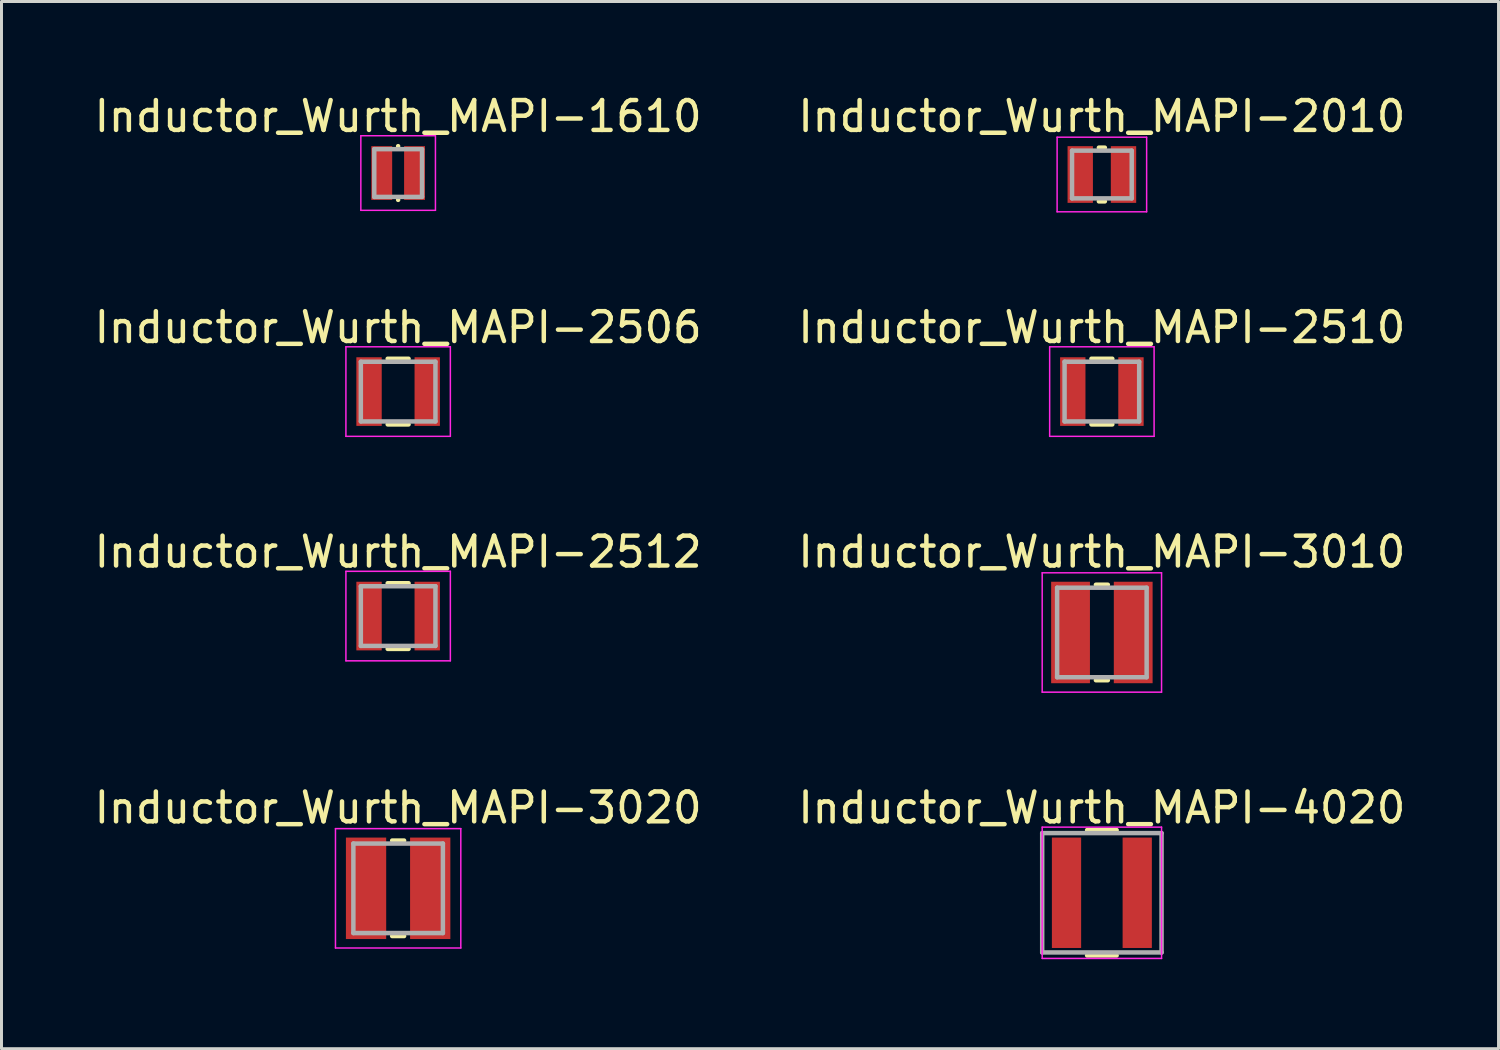
<source format=kicad_pcb>
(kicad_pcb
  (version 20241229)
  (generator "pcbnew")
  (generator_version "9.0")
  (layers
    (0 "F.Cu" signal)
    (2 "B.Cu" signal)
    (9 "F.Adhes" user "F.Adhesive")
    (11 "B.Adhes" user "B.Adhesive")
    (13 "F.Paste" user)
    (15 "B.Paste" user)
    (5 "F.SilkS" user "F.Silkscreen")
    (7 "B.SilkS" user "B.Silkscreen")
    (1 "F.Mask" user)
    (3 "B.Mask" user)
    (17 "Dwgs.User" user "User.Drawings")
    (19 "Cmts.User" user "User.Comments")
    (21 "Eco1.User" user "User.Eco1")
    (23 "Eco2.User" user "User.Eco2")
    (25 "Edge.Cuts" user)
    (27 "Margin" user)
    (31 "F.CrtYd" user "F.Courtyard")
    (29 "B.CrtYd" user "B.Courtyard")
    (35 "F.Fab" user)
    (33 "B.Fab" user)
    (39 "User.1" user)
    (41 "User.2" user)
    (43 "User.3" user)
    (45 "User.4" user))
  (footprint "Inductor_Wurth_MAPI-4020"
    (layer "F.Cu")
    (at 33.875 26.868)
    (property "Reference" "Inductor_Wurth_MAPI-4020" (at 0 -2.85 0) (layer "F.SilkS") (effects (font (size 1 1) (thickness 0.15))))
    (attr smd)
    (fp_line (start -0.495 -2.1) (end 0.495 -2.1) (stroke (width 0.15) (type solid)) (layer "F.SilkS"))
    (fp_line (start -0.495 2.1) (end 0.495 2.1) (stroke (width 0.15) (type solid)) (layer "F.SilkS"))
    (fp_line (start -2 -2.2) (end -2 2.2) (stroke (width 0.05) (type solid)) (layer "F.CrtYd"))
    (fp_line (start -2 2.2) (end 2 2.2) (stroke (width 0.05) (type solid)) (layer "F.CrtYd"))
    (fp_line (start 2 -2.2) (end -2 -2.2) (stroke (width 0.05) (type solid)) (layer "F.CrtYd"))
    (fp_line (start 2 2.2) (end 2 -2.2) (stroke (width 0.05) (type solid)) (layer "F.CrtYd"))
    (fp_line (start -2 -2) (end -2 2) (stroke (width 0.15) (type solid)) (layer "F.Fab"))
    (fp_line (start -2 2) (end 2 2) (stroke (width 0.15) (type solid)) (layer "F.Fab"))
    (fp_line (start 2 -2) (end -2 -2) (stroke (width 0.15) (type solid)) (layer "F.Fab"))
    (fp_line (start 2 2) (end 2 -2) (stroke (width 0.15) (type solid)) (layer "F.Fab"))
    (pad "1" smd rect (at -1.185 0) (size 0.98 3.7) (layers "F.Cu" "F.Mask" "F.Paste"))
    (pad "2" smd rect (at 1.185 0) (size 0.98 3.7) (layers "F.Cu" "F.Mask" "F.Paste")))
  (footprint "Inductor_Wurth_MAPI-2510"
    (layer "F.Cu")
    (at 33.875 10.072)
    (property "Reference" "Inductor_Wurth_MAPI-2510" (at 0 -2.15 0) (layer "F.SilkS") (effects (font (size 1 1) (thickness 0.15))))
    (attr smd)
    (fp_line (start -0.35 -1.1) (end 0.35 -1.1) (stroke (width 0.15) (type solid)) (layer "F.SilkS"))
    (fp_line (start -0.35 1.1) (end 0.35 1.1) (stroke (width 0.15) (type solid)) (layer "F.SilkS"))
    (fp_line (start -1.75 -1.5) (end -1.75 1.5) (stroke (width 0.05) (type solid)) (layer "F.CrtYd"))
    (fp_line (start -1.75 1.5) (end 1.75 1.5) (stroke (width 0.05) (type solid)) (layer "F.CrtYd"))
    (fp_line (start 1.75 -1.5) (end -1.75 -1.5) (stroke (width 0.05) (type solid)) (layer "F.CrtYd"))
    (fp_line (start 1.75 1.5) (end 1.75 -1.5) (stroke (width 0.05) (type solid)) (layer "F.CrtYd"))
    (fp_line (start -1.25 -1) (end -1.25 1) (stroke (width 0.15) (type solid)) (layer "F.Fab"))
    (fp_line (start -1.25 1) (end 1.25 1) (stroke (width 0.15) (type solid)) (layer "F.Fab"))
    (fp_line (start 1.25 -1) (end -1.25 -1) (stroke (width 0.15) (type solid)) (layer "F.Fab"))
    (fp_line (start 1.25 1) (end 1.25 -1) (stroke (width 0.15) (type solid)) (layer "F.Fab"))
    (pad "1" smd rect (at -0.975 0) (size 0.85 2.3) (layers "F.Cu" "F.Mask" "F.Paste"))
    (pad "2" smd rect (at 0.975 0) (size 0.85 2.3) (layers "F.Cu" "F.Mask" "F.Paste")))
  (footprint "Inductor_Wurth_MAPI-2512"
    (layer "F.Cu")
    (at 10.292 17.595)
    (property "Reference" "Inductor_Wurth_MAPI-2512" (at 0 -2.15 0) (layer "F.SilkS") (effects (font (size 1 1) (thickness 0.15))))
    (attr smd)
    (fp_line (start -0.35 -1.1) (end 0.35 -1.1) (stroke (width 0.15) (type solid)) (layer "F.SilkS"))
    (fp_line (start -0.35 1.1) (end 0.35 1.1) (stroke (width 0.15) (type solid)) (layer "F.SilkS"))
    (fp_line (start -1.75 -1.5) (end -1.75 1.5) (stroke (width 0.05) (type solid)) (layer "F.CrtYd"))
    (fp_line (start -1.75 1.5) (end 1.75 1.5) (stroke (width 0.05) (type solid)) (layer "F.CrtYd"))
    (fp_line (start 1.75 -1.5) (end -1.75 -1.5) (stroke (width 0.05) (type solid)) (layer "F.CrtYd"))
    (fp_line (start 1.75 1.5) (end 1.75 -1.5) (stroke (width 0.05) (type solid)) (layer "F.CrtYd"))
    (fp_line (start -1.25 -1) (end -1.25 1) (stroke (width 0.15) (type solid)) (layer "F.Fab"))
    (fp_line (start -1.25 1) (end 1.25 1) (stroke (width 0.15) (type solid)) (layer "F.Fab"))
    (fp_line (start 1.25 -1) (end -1.25 -1) (stroke (width 0.15) (type solid)) (layer "F.Fab"))
    (fp_line (start 1.25 1) (end 1.25 -1) (stroke (width 0.15) (type solid)) (layer "F.Fab"))
    (pad "1" smd rect (at -0.975 0) (size 0.85 2.3) (layers "F.Cu" "F.Mask" "F.Paste"))
    (pad "2" smd rect (at 0.975 0) (size 0.85 2.3) (layers "F.Cu" "F.Mask" "F.Paste")))
  (footprint "Inductor_Wurth_MAPI-1610"
    (layer "F.Cu")
    (at 10.292 2.748)
    (property "Reference" "Inductor_Wurth_MAPI-1610" (at 0 -1.9 0) (layer "F.SilkS") (effects (font (size 1 1) (thickness 0.15))))
    (attr smd)
    (fp_line (start 0 -0.9) (end 0 -0.9) (stroke (width 0.15) (type solid)) (layer "F.SilkS"))
    (fp_line (start 0 0.9) (end 0 0.9) (stroke (width 0.15) (type solid)) (layer "F.SilkS"))
    (fp_line (start -1.25 -1.25) (end -1.25 1.25) (stroke (width 0.05) (type solid)) (layer "F.CrtYd"))
    (fp_line (start -1.25 1.25) (end 1.25 1.25) (stroke (width 0.05) (type solid)) (layer "F.CrtYd"))
    (fp_line (start 1.25 -1.25) (end -1.25 -1.25) (stroke (width 0.05) (type solid)) (layer "F.CrtYd"))
    (fp_line (start 1.25 1.25) (end 1.25 -1.25) (stroke (width 0.05) (type solid)) (layer "F.CrtYd"))
    (fp_line (start -0.8 -0.8) (end -0.8 0.8) (stroke (width 0.15) (type solid)) (layer "F.Fab"))
    (fp_line (start -0.8 0.8) (end 0.8 0.8) (stroke (width 0.15) (type solid)) (layer "F.Fab"))
    (fp_line (start 0.8 -0.8) (end -0.8 -0.8) (stroke (width 0.15) (type solid)) (layer "F.Fab"))
    (fp_line (start 0.8 0.8) (end 0.8 -0.8) (stroke (width 0.15) (type solid)) (layer "F.Fab"))
    (pad "1" smd rect (at -0.55 0) (size 0.7 1.8) (layers "F.Cu" "F.Mask" "F.Paste"))
    (pad "2" smd rect (at 0.55 0) (size 0.7 1.8) (layers "F.Cu" "F.Mask" "F.Paste")))
  (footprint "Inductor_Wurth_MAPI-2506"
    (layer "F.Cu")
    (at 10.292 10.072)
    (property "Reference" "Inductor_Wurth_MAPI-2506" (at 0 -2.15 0) (layer "F.SilkS") (effects (font (size 1 1) (thickness 0.15))))
    (attr smd)
    (fp_line (start -0.35 -1.1) (end 0.35 -1.1) (stroke (width 0.15) (type solid)) (layer "F.SilkS"))
    (fp_line (start -0.35 1.1) (end 0.35 1.1) (stroke (width 0.15) (type solid)) (layer "F.SilkS"))
    (fp_line (start -1.75 -1.5) (end -1.75 1.5) (stroke (width 0.05) (type solid)) (layer "F.CrtYd"))
    (fp_line (start -1.75 1.5) (end 1.75 1.5) (stroke (width 0.05) (type solid)) (layer "F.CrtYd"))
    (fp_line (start 1.75 -1.5) (end -1.75 -1.5) (stroke (width 0.05) (type solid)) (layer "F.CrtYd"))
    (fp_line (start 1.75 1.5) (end 1.75 -1.5) (stroke (width 0.05) (type solid)) (layer "F.CrtYd"))
    (fp_line (start -1.25 -1) (end -1.25 1) (stroke (width 0.15) (type solid)) (layer "F.Fab"))
    (fp_line (start -1.25 1) (end 1.25 1) (stroke (width 0.15) (type solid)) (layer "F.Fab"))
    (fp_line (start 1.25 -1) (end -1.25 -1) (stroke (width 0.15) (type solid)) (layer "F.Fab"))
    (fp_line (start 1.25 1) (end 1.25 -1) (stroke (width 0.15) (type solid)) (layer "F.Fab"))
    (pad "1" smd rect (at -0.975 0) (size 0.85 2.3) (layers "F.Cu" "F.Mask" "F.Paste"))
    (pad "2" smd rect (at 0.975 0) (size 0.85 2.3) (layers "F.Cu" "F.Mask" "F.Paste")))
  (footprint "Inductor_Wurth_MAPI-3010"
    (layer "F.Cu")
    (at 33.875 18.145)
    (property "Reference" "Inductor_Wurth_MAPI-3010" (at 0 -2.7 0) (layer "F.SilkS") (effects (font (size 1 1) (thickness 0.15))))
    (attr smd)
    (fp_line (start -0.2 -1.6) (end 0.2 -1.6) (stroke (width 0.15) (type solid)) (layer "F.SilkS"))
    (fp_line (start -0.2 1.6) (end 0.2 1.6) (stroke (width 0.15) (type solid)) (layer "F.SilkS"))
    (fp_line (start -2 -2) (end -2 2) (stroke (width 0.05) (type solid)) (layer "F.CrtYd"))
    (fp_line (start -2 2) (end 2 2) (stroke (width 0.05) (type solid)) (layer "F.CrtYd"))
    (fp_line (start 2 -2) (end -2 -2) (stroke (width 0.05) (type solid)) (layer "F.CrtYd"))
    (fp_line (start 2 2) (end 2 -2) (stroke (width 0.05) (type solid)) (layer "F.CrtYd"))
    (fp_line (start -1.5 -1.5) (end -1.5 1.5) (stroke (width 0.15) (type solid)) (layer "F.Fab"))
    (fp_line (start -1.5 1.5) (end 1.5 1.5) (stroke (width 0.15) (type solid)) (layer "F.Fab"))
    (fp_line (start 1.5 -1.5) (end -1.5 -1.5) (stroke (width 0.15) (type solid)) (layer "F.Fab"))
    (fp_line (start 1.5 1.5) (end 1.5 -1.5) (stroke (width 0.15) (type solid)) (layer "F.Fab"))
    (pad "1" smd rect (at -1.05 0) (size 1.3 3.4) (layers "F.Cu" "F.Mask" "F.Paste"))
    (pad "2" smd rect (at 1.05 0) (size 1.3 3.4) (layers "F.Cu" "F.Mask" "F.Paste")))
  (footprint "Inductor_Wurth_MAPI-2010"
    (layer "F.Cu")
    (at 33.875 2.798)
    (property "Reference" "Inductor_Wurth_MAPI-2010" (at 0 -1.95 0) (layer "F.SilkS") (effects (font (size 1 1) (thickness 0.15))))
    (attr smd)
    (fp_line (start -0.1 -0.9) (end 0.1 -0.9) (stroke (width 0.15) (type solid)) (layer "F.SilkS"))
    (fp_line (start -0.1 0.9) (end 0.1 0.9) (stroke (width 0.15) (type solid)) (layer "F.SilkS"))
    (fp_line (start -1.5 -1.25) (end -1.5 1.25) (stroke (width 0.05) (type solid)) (layer "F.CrtYd"))
    (fp_line (start -1.5 1.25) (end 1.5 1.25) (stroke (width 0.05) (type solid)) (layer "F.CrtYd"))
    (fp_line (start 1.5 -1.25) (end -1.5 -1.25) (stroke (width 0.05) (type solid)) (layer "F.CrtYd"))
    (fp_line (start 1.5 1.25) (end 1.5 -1.25) (stroke (width 0.05) (type solid)) (layer "F.CrtYd"))
    (fp_line (start -1 -0.8) (end -1 0.8) (stroke (width 0.15) (type solid)) (layer "F.Fab"))
    (fp_line (start -1 0.8) (end 1 0.8) (stroke (width 0.15) (type solid)) (layer "F.Fab"))
    (fp_line (start 1 -0.8) (end -1 -0.8) (stroke (width 0.15) (type solid)) (layer "F.Fab"))
    (fp_line (start 1 0.8) (end 1 -0.8) (stroke (width 0.15) (type solid)) (layer "F.Fab"))
    (pad "1" smd rect (at -0.725 0) (size 0.85 1.9) (layers "F.Cu" "F.Mask" "F.Paste"))
    (pad "2" smd rect (at 0.725 0) (size 0.85 1.9) (layers "F.Cu" "F.Mask" "F.Paste")))
  (footprint "Inductor_Wurth_MAPI-3020"
    (layer "F.Cu")
    (at 10.292 26.718)
    (property "Reference" "Inductor_Wurth_MAPI-3020" (at 0 -2.7 0) (layer "F.SilkS") (effects (font (size 1 1) (thickness 0.15))))
    (attr smd)
    (fp_line (start -0.2 -1.6) (end 0.2 -1.6) (stroke (width 0.15) (type solid)) (layer "F.SilkS"))
    (fp_line (start -0.2 1.6) (end 0.2 1.6) (stroke (width 0.15) (type solid)) (layer "F.SilkS"))
    (fp_line (start -2.1 -2) (end -2.1 2) (stroke (width 0.05) (type solid)) (layer "F.CrtYd"))
    (fp_line (start -2.1 2) (end 2.1 2) (stroke (width 0.05) (type solid)) (layer "F.CrtYd"))
    (fp_line (start 2.1 -2) (end -2.1 -2) (stroke (width 0.05) (type solid)) (layer "F.CrtYd"))
    (fp_line (start 2.1 2) (end 2.1 -2) (stroke (width 0.05) (type solid)) (layer "F.CrtYd"))
    (fp_line (start -1.5 -1.5) (end -1.5 1.5) (stroke (width 0.15) (type solid)) (layer "F.Fab"))
    (fp_line (start -1.5 1.5) (end 1.5 1.5) (stroke (width 0.15) (type solid)) (layer "F.Fab"))
    (fp_line (start 1.5 -1.5) (end -1.5 -1.5) (stroke (width 0.15) (type solid)) (layer "F.Fab"))
    (fp_line (start 1.5 1.5) (end 1.5 -1.5) (stroke (width 0.15) (type solid)) (layer "F.Fab"))
    (pad "1" smd rect (at -1.075 0) (size 1.35 3.4) (layers "F.Cu" "F.Mask" "F.Paste"))
    (pad "2" smd rect (at 1.075 0) (size 1.35 3.4) (layers "F.Cu" "F.Mask" "F.Paste")))
  (gr_rect
    (start -3 -3)
    (end 47.167 32.093)
    (stroke (width 0.1) (type default))
    (fill no)
    (layer "Edge.Cuts")))
</source>
